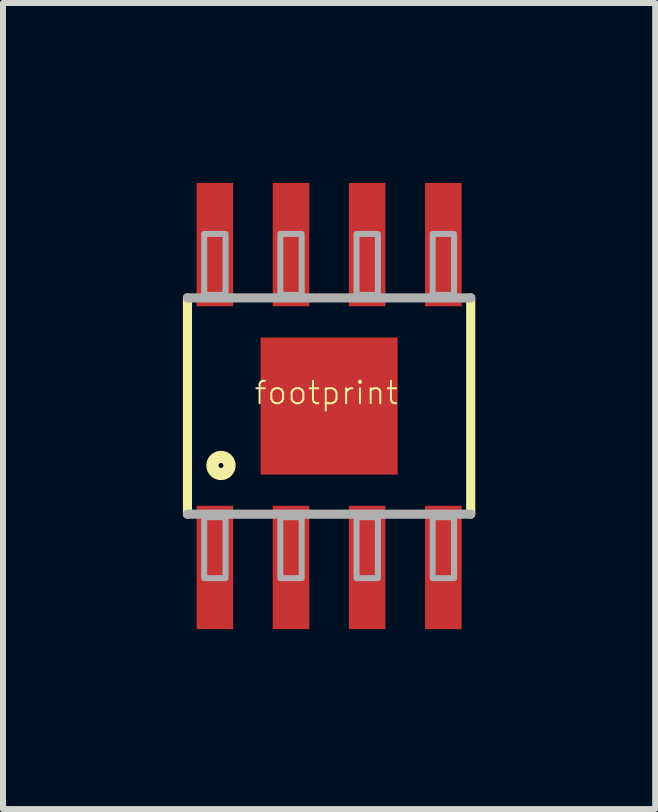
<source format=kicad_pcb>
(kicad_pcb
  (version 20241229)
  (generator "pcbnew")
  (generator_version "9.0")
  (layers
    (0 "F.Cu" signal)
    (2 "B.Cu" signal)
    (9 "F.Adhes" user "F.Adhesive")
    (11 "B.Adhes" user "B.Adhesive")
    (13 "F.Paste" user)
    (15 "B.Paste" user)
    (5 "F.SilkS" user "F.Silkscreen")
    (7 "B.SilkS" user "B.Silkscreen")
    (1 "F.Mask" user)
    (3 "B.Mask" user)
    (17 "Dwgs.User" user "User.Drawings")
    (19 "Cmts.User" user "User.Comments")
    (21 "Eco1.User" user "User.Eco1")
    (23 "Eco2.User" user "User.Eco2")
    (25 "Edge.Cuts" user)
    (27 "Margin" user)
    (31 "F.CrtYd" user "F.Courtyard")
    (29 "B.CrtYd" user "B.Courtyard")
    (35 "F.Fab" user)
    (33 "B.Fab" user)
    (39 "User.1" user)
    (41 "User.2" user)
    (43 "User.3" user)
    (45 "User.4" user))
  (footprint "footprint"
    (layer "F.Cu")
    (at 2.438 3.721)
    (property "Reference" "footprint" (at -1.27 0 0) (layer "F.SilkS") (effects (font (size 0.374 0.374) (thickness 0.033)) (justify left bottom)))
    (fp_line (start -2.362 -1.803) (end -2.362 1.803) (stroke (width 0.152) (type solid)) (layer "F.SilkS"))
    (fp_line (start 2.362 1.803) (end 2.362 -1.803) (stroke (width 0.152) (type solid)) (layer "F.SilkS"))
    (fp_circle (center -1.803 0.991) (end -1.66 0.991) (stroke (width 0.203) (type solid)) (fill no) (layer "F.SilkS"))
    (fp_line (start -2.362 1.803) (end 2.362 1.803) (stroke (width 0.152) (type solid)) (layer "F.Fab"))
    (fp_line (start 2.362 -1.803) (end -2.362 -1.803) (stroke (width 0.152) (type solid)) (layer "F.Fab"))
    (fp_poly (pts (xy -2.083 -1.854) (xy -1.727 -1.854) (xy -1.727 -2.87) (xy -2.083 -2.87)) (stroke (width 0.1) (type solid)) (fill no) (layer "F.Fab"))
    (fp_poly (pts (xy -2.083 2.87) (xy -1.727 2.87) (xy -1.727 1.854) (xy -2.083 1.854)) (stroke (width 0.1) (type solid)) (fill no) (layer "F.Fab"))
    (fp_poly (pts (xy -0.813 -1.854) (xy -0.457 -1.854) (xy -0.457 -2.87) (xy -0.813 -2.87)) (stroke (width 0.1) (type solid)) (fill no) (layer "F.Fab"))
    (fp_poly (pts (xy -0.813 2.87) (xy -0.457 2.87) (xy -0.457 1.854) (xy -0.813 1.854)) (stroke (width 0.1) (type solid)) (fill no) (layer "F.Fab"))
    (fp_poly (pts (xy 0.457 -1.854) (xy 0.813 -1.854) (xy 0.813 -2.87) (xy 0.457 -2.87)) (stroke (width 0.1) (type solid)) (fill no) (layer "F.Fab"))
    (fp_poly (pts (xy 0.457 2.87) (xy 0.813 2.87) (xy 0.813 1.854) (xy 0.457 1.854)) (stroke (width 0.1) (type solid)) (fill no) (layer "F.Fab"))
    (fp_poly (pts (xy 1.727 -1.854) (xy 2.083 -1.854) (xy 2.083 -2.87) (xy 1.727 -2.87)) (stroke (width 0.1) (type solid)) (fill no) (layer "F.Fab"))
    (fp_poly (pts (xy 1.727 2.87) (xy 2.083 2.87) (xy 2.083 1.854) (xy 1.727 1.854)) (stroke (width 0.1) (type solid)) (fill no) (layer "F.Fab"))
    (pad "1" smd rect (at -1.905 2.692) (size 0.61 2.057) (layers "F.Cu" "F.Mask" "F.Paste"))
    (pad "2" smd rect (at -0.635 2.692) (size 0.61 2.057) (layers "F.Cu" "F.Mask" "F.Paste"))
    (pad "3" smd rect (at 0.635 2.692) (size 0.61 2.057) (layers "F.Cu" "F.Mask" "F.Paste"))
    (pad "4" smd rect (at 1.905 2.692) (size 0.61 2.057) (layers "F.Cu" "F.Mask" "F.Paste"))
    (pad "5" smd rect (at 1.905 -2.692) (size 0.61 2.057) (layers "F.Cu" "F.Mask" "F.Paste"))
    (pad "6" smd rect (at 0.635 -2.692) (size 0.61 2.057) (layers "F.Cu" "F.Mask" "F.Paste"))
    (pad "7" smd rect (at -0.635 -2.692) (size 0.61 2.057) (layers "F.Cu" "F.Mask" "F.Paste"))
    (pad "8" smd rect (at -1.905 -2.692) (size 0.61 2.057) (layers "F.Cu" "F.Mask" "F.Paste"))
    (pad "EPAD" smd rect (at 0 0 90) (size 2.286 2.286) (layers "F.Cu" "F.Mask" "F.Paste")))
  (gr_rect
    (start -3 -3)
    (end 7.876 10.442)
    (stroke (width 0.1) (type default))
    (fill no)
    (layer "Edge.Cuts")))
</source>
